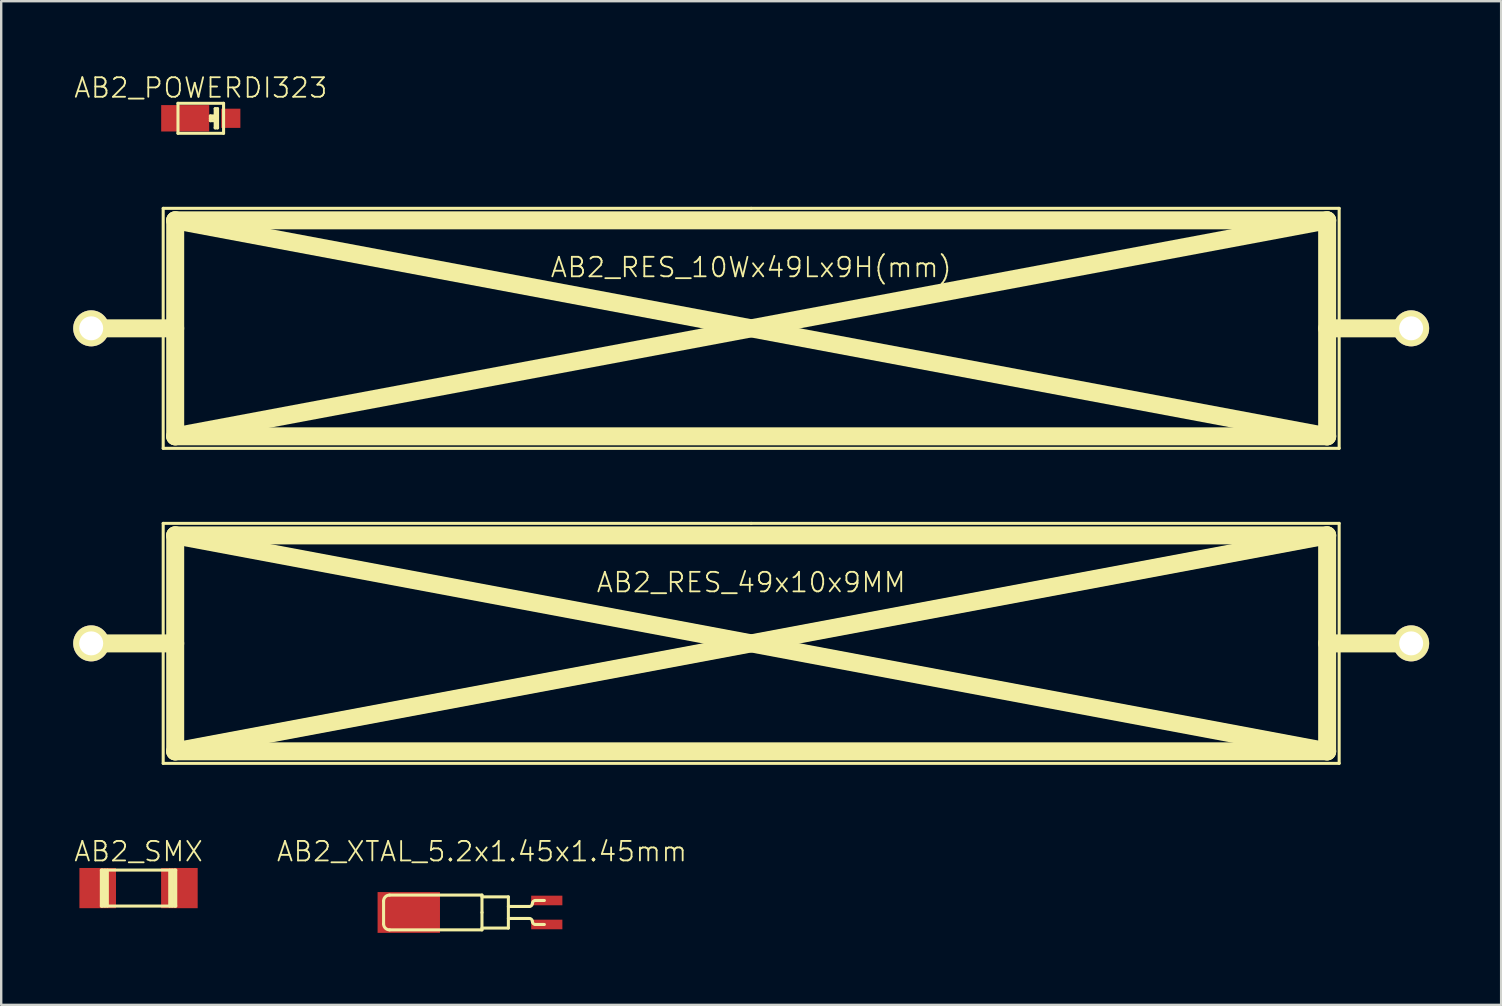
<source format=kicad_pcb>
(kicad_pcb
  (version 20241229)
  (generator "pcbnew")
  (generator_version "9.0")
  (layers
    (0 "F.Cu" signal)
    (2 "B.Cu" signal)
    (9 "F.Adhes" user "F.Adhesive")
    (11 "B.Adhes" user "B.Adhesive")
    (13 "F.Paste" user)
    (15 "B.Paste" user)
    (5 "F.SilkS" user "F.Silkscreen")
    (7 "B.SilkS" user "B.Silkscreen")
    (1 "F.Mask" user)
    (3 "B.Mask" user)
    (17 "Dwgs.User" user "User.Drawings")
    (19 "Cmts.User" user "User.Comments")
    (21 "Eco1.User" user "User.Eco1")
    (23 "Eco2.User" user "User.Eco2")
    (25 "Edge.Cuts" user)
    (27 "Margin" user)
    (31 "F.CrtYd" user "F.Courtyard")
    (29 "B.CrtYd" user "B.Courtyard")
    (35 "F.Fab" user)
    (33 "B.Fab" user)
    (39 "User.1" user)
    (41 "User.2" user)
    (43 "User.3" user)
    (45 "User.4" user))
  (footprint "AB2_POWERDI323"
    (layer "F.Cu")
    (at 5.316 1.879)
    (property "Reference" "AB2_POWERDI323" (at 0 -1.27 0) (layer "F.SilkS") (effects (font (size 0.813 0.813) (thickness 0.076))))
    (attr through_hole)
    (fp_line (start -0.95 -0.625) (end 0.95 -0.625) (stroke (width 0.127) (type solid)) (layer "F.SilkS"))
    (fp_line (start -0.95 0.625) (end -0.95 -0.625) (stroke (width 0.127) (type solid)) (layer "F.SilkS"))
    (fp_line (start 0.4 -0.1) (end 0.6 -0.1) (stroke (width 0.127) (type solid)) (layer "F.SilkS"))
    (fp_line (start 0.4 0.1) (end 0.4 -0.1) (stroke (width 0.127) (type solid)) (layer "F.SilkS"))
    (fp_line (start 0.4 0.1) (end 0.6 0.1) (stroke (width 0.127) (type solid)) (layer "F.SilkS"))
    (fp_line (start 0.6 -0.4) (end 0.6 0.4) (stroke (width 0.127) (type solid)) (layer "F.SilkS"))
    (fp_line (start 0.6 -0.4) (end 0.7 -0.4) (stroke (width 0.127) (type solid)) (layer "F.SilkS"))
    (fp_line (start 0.6 0) (end 0.4 0) (stroke (width 0.127) (type solid)) (layer "F.SilkS"))
    (fp_line (start 0.6 0.4) (end 0.7 0.4) (stroke (width 0.127) (type solid)) (layer "F.SilkS"))
    (fp_line (start 0.7 -0.4) (end 0.7 0.4) (stroke (width 0.127) (type solid)) (layer "F.SilkS"))
    (fp_line (start 0.95 -0.625) (end 0.95 0.625) (stroke (width 0.127) (type solid)) (layer "F.SilkS"))
    (fp_line (start 0.95 0.625) (end -0.95 0.625) (stroke (width 0.127) (type solid)) (layer "F.SilkS"))
    (pad "1" smd rect (at 1.25 0) (size 0.8 0.8) (layers "F.Cu" "F.Mask" "F.Paste"))
    (pad "2" smd rect (at -0.65 0) (size 2 1.1) (layers "F.Cu" "F.Mask" "F.Paste")))
  (footprint "AB2_SMX"
    (layer "F.Cu")
    (at 2.723 33.955)
    (property "Reference" "AB2_SMX" (at 0 -1.524 0) (layer "F.SilkS") (effects (font (size 0.813 0.813) (thickness 0.076))))
    (attr through_hole)
    (fp_line (start -1.55 -0.75) (end 1.55 -0.75) (stroke (width 0.127) (type solid)) (layer "F.SilkS"))
    (fp_line (start -1.55 0.75) (end -1.55 -0.75) (stroke (width 0.127) (type solid)) (layer "F.SilkS"))
    (fp_line (start -1.5 0.75) (end -1.5 -0.75) (stroke (width 0.127) (type solid)) (layer "F.SilkS"))
    (fp_line (start -1.4 -0.75) (end -1.4 0.75) (stroke (width 0.127) (type solid)) (layer "F.SilkS"))
    (fp_line (start -1.3 0.75) (end -1.3 -0.75) (stroke (width 0.127) (type solid)) (layer "F.SilkS"))
    (fp_line (start 1.3 0.75) (end 1.3 -0.75) (stroke (width 0.127) (type solid)) (layer "F.SilkS"))
    (fp_line (start 1.4 -0.75) (end 1.4 0.75) (stroke (width 0.127) (type solid)) (layer "F.SilkS"))
    (fp_line (start 1.5 0.75) (end 1.5 -0.75) (stroke (width 0.127) (type solid)) (layer "F.SilkS"))
    (fp_line (start 1.55 -0.75) (end 1.55 0.75) (stroke (width 0.127) (type solid)) (layer "F.SilkS"))
    (fp_line (start 1.55 0.75) (end -1.55 0.75) (stroke (width 0.127) (type solid)) (layer "F.SilkS"))
    (pad "1" smd rect (at -1.702 0) (size 1.524 1.676) (layers "F.Cu" "F.Mask" "F.Paste"))
    (pad "2" smd rect (at 1.702 0) (size 1.524 1.676) (layers "F.Cu" "F.Mask" "F.Paste")))
  (footprint "AB2_RES_49x10x9MM"
    (layer "F.Cu")
    (at 28.25 23.758)
    (property "Reference" "AB2_RES_49x10x9MM" (at 0 -2.54 0) (layer "F.SilkS") (effects (font (size 0.813 0.813) (thickness 0.076))))
    (attr through_hole)
    (fp_line (start -27.5 0) (end -24 0) (stroke (width 0.75) (type solid)) (layer "F.SilkS"))
    (fp_line (start -24.5 -5) (end 0 -5) (stroke (width 0.127) (type solid)) (layer "F.SilkS"))
    (fp_line (start -24.5 5) (end -24.5 -5) (stroke (width 0.127) (type solid)) (layer "F.SilkS"))
    (fp_line (start -24 -4.5) (end -24 4.5) (stroke (width 0.75) (type solid)) (layer "F.SilkS"))
    (fp_line (start -24 -4.5) (end 24 4.5) (stroke (width 0.75) (type solid)) (layer "F.SilkS"))
    (fp_line (start -24 4.5) (end 24 4.5) (stroke (width 0.75) (type solid)) (layer "F.SilkS"))
    (fp_line (start 0 -5) (end 24.5 -5) (stroke (width 0.127) (type solid)) (layer "F.SilkS"))
    (fp_line (start 24 -4.5) (end -24 -4.5) (stroke (width 0.75) (type solid)) (layer "F.SilkS"))
    (fp_line (start 24 -4.5) (end -24 4.5) (stroke (width 0.75) (type solid)) (layer "F.SilkS"))
    (fp_line (start 24 4.5) (end 24 -4.5) (stroke (width 0.75) (type solid)) (layer "F.SilkS"))
    (fp_line (start 24.5 -5) (end 24.5 5) (stroke (width 0.127) (type solid)) (layer "F.SilkS"))
    (fp_line (start 24.5 5) (end -24.5 5) (stroke (width 0.127) (type solid)) (layer "F.SilkS"))
    (fp_line (start 27.5 0) (end 24 0) (stroke (width 0.75) (type solid)) (layer "F.SilkS"))
    (pad "1" thru_hole circle (at -27.5 0) (size 1.5 1.5) (drill 1) (layers "*.Cu" "*.Mask" "F.SilkS"))
    (pad "2" thru_hole circle (at 27.5 0) (size 1.5 1.5) (drill 1) (layers "*.Cu" "*.Mask" "F.SilkS")))
  (footprint "AB2_XTAL_5.2x1.45x1.45mm"
    (layer "F.Cu")
    (at 17.033 34.971)
    (property "Reference" "AB2_XTAL_5.2x1.45x1.45mm" (at 0 -2.54 0) (layer "F.SilkS") (effects (font (size 0.813 0.813) (thickness 0.076))))
    (attr through_hole)
    (fp_line (start -4.1 -0.475) (end -4.1 0.475) (stroke (width 0.127) (type solid)) (layer "F.SilkS"))
    (fp_line (start -3.85 -0.725) (end 0 -0.725) (stroke (width 0.127) (type solid)) (layer "F.SilkS"))
    (fp_line (start -3.85 0.725) (end 0 0.725) (stroke (width 0.127) (type solid)) (layer "F.SilkS"))
    (fp_line (start 0 -0.65) (end 1.1 -0.65) (stroke (width 0.127) (type solid)) (layer "F.SilkS"))
    (fp_line (start 0 0) (end 0 -0.725) (stroke (width 0.127) (type solid)) (layer "F.SilkS"))
    (fp_line (start 0 0) (end 0 0.725) (stroke (width 0.127) (type solid)) (layer "F.SilkS"))
    (fp_line (start 1.1 -0.65) (end 1.1 0.65) (stroke (width 0.127) (type solid)) (layer "F.SilkS"))
    (fp_line (start 1.1 0.65) (end 0 0.65) (stroke (width 0.127) (type solid)) (layer "F.SilkS"))
    (fp_line (start 1.975 -0.25) (end 1.1 -0.25) (stroke (width 0.127) (type solid)) (layer "F.SilkS"))
    (fp_line (start 1.975 0.25) (end 1.1 0.25) (stroke (width 0.127) (type solid)) (layer "F.SilkS"))
    (fp_line (start 2.225 -0.5) (end 2.6 -0.5) (stroke (width 0.127) (type solid)) (layer "F.SilkS"))
    (fp_line (start 2.225 0.5) (end 2.6 0.5) (stroke (width 0.127) (type solid)) (layer "F.SilkS"))
    (fp_arc (start -4.1 -0.475) (mid -4.026777 -0.651777) (end -3.85 -0.725) (stroke (width 0.127) (type solid)) (layer "F.SilkS"))
    (fp_arc (start -3.85 0.725) (mid -4.026777 0.651777) (end -4.1 0.475) (stroke (width 0.127) (type solid)) (layer "F.SilkS"))
    (fp_arc (start 1.975 0.25) (mid 2.063388 0.286612) (end 2.1 0.375) (stroke (width 0.127) (type solid)) (layer "F.SilkS"))
    (fp_arc (start 2.1 -0.375) (mid 2.063388 -0.286612) (end 1.975 -0.25) (stroke (width 0.127) (type solid)) (layer "F.SilkS"))
    (fp_arc (start 2.1 -0.375) (mid 2.136612 -0.463388) (end 2.225 -0.5) (stroke (width 0.127) (type solid)) (layer "F.SilkS"))
    (fp_arc (start 2.225 0.5) (mid 2.136612 0.463388) (end 2.1 0.375) (stroke (width 0.127) (type solid)) (layer "F.SilkS"))
    (pad "1" smd rect (at 2.7 0.5) (size 1.3 0.4) (layers "F.Cu" "F.Mask" "F.Paste"))
    (pad "2" smd rect (at 2.7 -0.5) (size 1.3 0.4) (layers "F.Cu" "F.Mask" "F.Paste"))
    (pad "3" smd rect (at -3.05 0) (size 2.6 1.7) (layers "F.Cu" "F.Mask" "F.Paste")))
  (footprint "AB2_RES_10Wx49Lx9H(mm)"
    (layer "F.Cu")
    (at 28.25 10.631)
    (property "Reference" "AB2_RES_10Wx49Lx9H(mm)" (at 0 -2.54 0) (layer "F.SilkS") (effects (font (size 0.813 0.813) (thickness 0.076))))
    (attr through_hole)
    (fp_line (start -27.5 0) (end -24 0) (stroke (width 0.75) (type solid)) (layer "F.SilkS"))
    (fp_line (start -24.5 -5) (end 0 -5) (stroke (width 0.127) (type solid)) (layer "F.SilkS"))
    (fp_line (start -24.5 5) (end -24.5 -5) (stroke (width 0.127) (type solid)) (layer "F.SilkS"))
    (fp_line (start -24 -4.5) (end -24 4.5) (stroke (width 0.75) (type solid)) (layer "F.SilkS"))
    (fp_line (start -24 -4.5) (end 24 4.5) (stroke (width 0.75) (type solid)) (layer "F.SilkS"))
    (fp_line (start -24 4.5) (end 24 4.5) (stroke (width 0.75) (type solid)) (layer "F.SilkS"))
    (fp_line (start 0 -5) (end 24.5 -5) (stroke (width 0.127) (type solid)) (layer "F.SilkS"))
    (fp_line (start 24 -4.5) (end -24 -4.5) (stroke (width 0.75) (type solid)) (layer "F.SilkS"))
    (fp_line (start 24 -4.5) (end -24 4.5) (stroke (width 0.75) (type solid)) (layer "F.SilkS"))
    (fp_line (start 24 4.5) (end 24 -4.5) (stroke (width 0.75) (type solid)) (layer "F.SilkS"))
    (fp_line (start 24.5 -5) (end 24.5 5) (stroke (width 0.127) (type solid)) (layer "F.SilkS"))
    (fp_line (start 24.5 5) (end -24.5 5) (stroke (width 0.127) (type solid)) (layer "F.SilkS"))
    (fp_line (start 27.5 0) (end 24 0) (stroke (width 0.75) (type solid)) (layer "F.SilkS"))
    (pad "1" thru_hole circle (at -27.5 0) (size 1.5 1.5) (drill 1) (layers "*.Cu" "*.Mask" "F.SilkS"))
    (pad "2" thru_hole circle (at 27.5 0) (size 1.5 1.5) (drill 1) (layers "*.Cu" "*.Mask" "F.SilkS")))
  (gr_rect
    (start -3 -3)
    (end 59.5 38.821)
    (stroke (width 0.1) (type default))
    (fill no)
    (layer "Edge.Cuts")))
</source>
